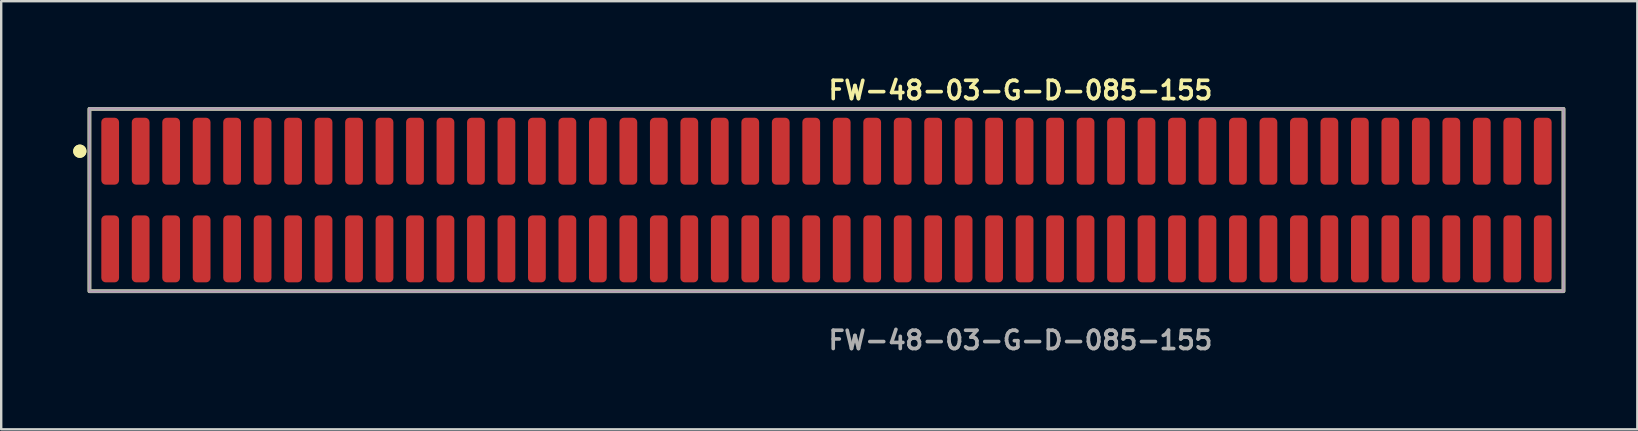
<source format=kicad_pcb>
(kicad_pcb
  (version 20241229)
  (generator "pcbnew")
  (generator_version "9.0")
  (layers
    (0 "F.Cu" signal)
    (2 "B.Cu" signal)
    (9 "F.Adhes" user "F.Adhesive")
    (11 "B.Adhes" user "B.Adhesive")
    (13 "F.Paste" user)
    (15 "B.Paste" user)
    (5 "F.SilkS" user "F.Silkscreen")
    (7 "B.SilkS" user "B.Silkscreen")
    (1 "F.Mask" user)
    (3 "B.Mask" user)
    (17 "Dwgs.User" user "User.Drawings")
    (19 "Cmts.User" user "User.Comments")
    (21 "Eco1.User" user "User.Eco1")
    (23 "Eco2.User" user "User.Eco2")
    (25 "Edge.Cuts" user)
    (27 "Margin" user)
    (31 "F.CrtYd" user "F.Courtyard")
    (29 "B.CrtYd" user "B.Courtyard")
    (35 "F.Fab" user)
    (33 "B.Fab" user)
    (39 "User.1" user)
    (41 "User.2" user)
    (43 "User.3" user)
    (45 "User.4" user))
  (footprint "FW-48-03-G-D-085-155"
    (layer "F.Cu")
    (at 31.386 5.285)
    (property "Reference" "FW-48-03-G-D-085-155" (at 0 -4.572 0) (unlocked yes) (layer "F.SilkS") (effects (font (size 0.762 0.762) (thickness 0.152)) (justify left)))
    (fp_rect (start -30.71 3.8) (end 30.71 -3.8) (stroke (width 0.152) (type solid)) (fill no) (layer "F.SilkS"))
    (fp_circle (center -31.11 -2.035) (end -31.31 -2.035) (stroke (width 0.152) (type solid)) (fill yes) (layer "F.SilkS"))
    (fp_circle (center -31.11 -2.035) (end -31.31 -2.035) (stroke (width 0.152) (type solid)) (fill yes) (layer "F.SilkS"))
    (fp_rect (start -30.71 3.8) (end 30.71 -3.8) (stroke (width 0.006) (type solid)) (fill no) (layer "F.CrtYd"))
    (fp_rect (start -30.71 3.8) (end 30.71 -3.8) (stroke (width 0.152) (type solid)) (fill no) (layer "F.Fab"))
    (fp_text user "${REFERENCE}" (at 0 5.842 0) (unlocked yes) (layer "F.Fab") (effects (font (size 0.762 0.762) (thickness 0.152)) (justify left)))
    (pad "1" smd roundrect (at -29.845 -2.035) (size 0.74 2.79) (layers "F.Cu" "F.Paste") (roundrect_rratio 0.25))
    (pad "2" smd roundrect (at -29.845 2.035) (size 0.74 2.79) (layers "F.Cu" "F.Paste") (roundrect_rratio 0.25))
    (pad "3" smd roundrect (at -28.575 -2.035) (size 0.74 2.79) (layers "F.Cu" "F.Paste") (roundrect_rratio 0.25))
    (pad "4" smd roundrect (at -28.575 2.035) (size 0.74 2.79) (layers "F.Cu" "F.Paste") (roundrect_rratio 0.25))
    (pad "5" smd roundrect (at -27.305 -2.035) (size 0.74 2.79) (layers "F.Cu" "F.Paste") (roundrect_rratio 0.25))
    (pad "6" smd roundrect (at -27.305 2.035) (size 0.74 2.79) (layers "F.Cu" "F.Paste") (roundrect_rratio 0.25))
    (pad "7" smd roundrect (at -26.035 -2.035) (size 0.74 2.79) (layers "F.Cu" "F.Paste") (roundrect_rratio 0.25))
    (pad "8" smd roundrect (at -26.035 2.035) (size 0.74 2.79) (layers "F.Cu" "F.Paste") (roundrect_rratio 0.25))
    (pad "9" smd roundrect (at -24.765 -2.035) (size 0.74 2.79) (layers "F.Cu" "F.Paste") (roundrect_rratio 0.25))
    (pad "10" smd roundrect (at -24.765 2.035) (size 0.74 2.79) (layers "F.Cu" "F.Paste") (roundrect_rratio 0.25))
    (pad "11" smd roundrect (at -23.495 -2.035) (size 0.74 2.79) (layers "F.Cu" "F.Paste") (roundrect_rratio 0.25))
    (pad "12" smd roundrect (at -23.495 2.035) (size 0.74 2.79) (layers "F.Cu" "F.Paste") (roundrect_rratio 0.25))
    (pad "13" smd roundrect (at -22.225 -2.035) (size 0.74 2.79) (layers "F.Cu" "F.Paste") (roundrect_rratio 0.25))
    (pad "14" smd roundrect (at -22.225 2.035) (size 0.74 2.79) (layers "F.Cu" "F.Paste") (roundrect_rratio 0.25))
    (pad "15" smd roundrect (at -20.955 -2.035) (size 0.74 2.79) (layers "F.Cu" "F.Paste") (roundrect_rratio 0.25))
    (pad "16" smd roundrect (at -20.955 2.035) (size 0.74 2.79) (layers "F.Cu" "F.Paste") (roundrect_rratio 0.25))
    (pad "17" smd roundrect (at -19.685 -2.035) (size 0.74 2.79) (layers "F.Cu" "F.Paste") (roundrect_rratio 0.25))
    (pad "18" smd roundrect (at -19.685 2.035) (size 0.74 2.79) (layers "F.Cu" "F.Paste") (roundrect_rratio 0.25))
    (pad "19" smd roundrect (at -18.415 -2.035) (size 0.74 2.79) (layers "F.Cu" "F.Paste") (roundrect_rratio 0.25))
    (pad "20" smd roundrect (at -18.415 2.035) (size 0.74 2.79) (layers "F.Cu" "F.Paste") (roundrect_rratio 0.25))
    (pad "21" smd roundrect (at -17.145 -2.035) (size 0.74 2.79) (layers "F.Cu" "F.Paste") (roundrect_rratio 0.25))
    (pad "22" smd roundrect (at -17.145 2.035) (size 0.74 2.79) (layers "F.Cu" "F.Paste") (roundrect_rratio 0.25))
    (pad "23" smd roundrect (at -15.875 -2.035) (size 0.74 2.79) (layers "F.Cu" "F.Paste") (roundrect_rratio 0.25))
    (pad "24" smd roundrect (at -15.875 2.035) (size 0.74 2.79) (layers "F.Cu" "F.Paste") (roundrect_rratio 0.25))
    (pad "25" smd roundrect (at -14.605 -2.035) (size 0.74 2.79) (layers "F.Cu" "F.Paste") (roundrect_rratio 0.25))
    (pad "26" smd roundrect (at -14.605 2.035) (size 0.74 2.79) (layers "F.Cu" "F.Paste") (roundrect_rratio 0.25))
    (pad "27" smd roundrect (at -13.335 -2.035) (size 0.74 2.79) (layers "F.Cu" "F.Paste") (roundrect_rratio 0.25))
    (pad "28" smd roundrect (at -13.335 2.035) (size 0.74 2.79) (layers "F.Cu" "F.Paste") (roundrect_rratio 0.25))
    (pad "29" smd roundrect (at -12.065 -2.035) (size 0.74 2.79) (layers "F.Cu" "F.Paste") (roundrect_rratio 0.25))
    (pad "30" smd roundrect (at -12.065 2.035) (size 0.74 2.79) (layers "F.Cu" "F.Paste") (roundrect_rratio 0.25))
    (pad "31" smd roundrect (at -10.795 -2.035) (size 0.74 2.79) (layers "F.Cu" "F.Paste") (roundrect_rratio 0.25))
    (pad "32" smd roundrect (at -10.795 2.035) (size 0.74 2.79) (layers "F.Cu" "F.Paste") (roundrect_rratio 0.25))
    (pad "33" smd roundrect (at -9.525 -2.035) (size 0.74 2.79) (layers "F.Cu" "F.Paste") (roundrect_rratio 0.25))
    (pad "34" smd roundrect (at -9.525 2.035) (size 0.74 2.79) (layers "F.Cu" "F.Paste") (roundrect_rratio 0.25))
    (pad "35" smd roundrect (at -8.255 -2.035) (size 0.74 2.79) (layers "F.Cu" "F.Paste") (roundrect_rratio 0.25))
    (pad "36" smd roundrect (at -8.255 2.035) (size 0.74 2.79) (layers "F.Cu" "F.Paste") (roundrect_rratio 0.25))
    (pad "37" smd roundrect (at -6.985 -2.035) (size 0.74 2.79) (layers "F.Cu" "F.Paste") (roundrect_rratio 0.25))
    (pad "38" smd roundrect (at -6.985 2.035) (size 0.74 2.79) (layers "F.Cu" "F.Paste") (roundrect_rratio 0.25))
    (pad "39" smd roundrect (at -5.715 -2.035) (size 0.74 2.79) (layers "F.Cu" "F.Paste") (roundrect_rratio 0.25))
    (pad "40" smd roundrect (at -5.715 2.035) (size 0.74 2.79) (layers "F.Cu" "F.Paste") (roundrect_rratio 0.25))
    (pad "41" smd roundrect (at -4.445 -2.035) (size 0.74 2.79) (layers "F.Cu" "F.Paste") (roundrect_rratio 0.25))
    (pad "42" smd roundrect (at -4.445 2.035) (size 0.74 2.79) (layers "F.Cu" "F.Paste") (roundrect_rratio 0.25))
    (pad "43" smd roundrect (at -3.175 -2.035) (size 0.74 2.79) (layers "F.Cu" "F.Paste") (roundrect_rratio 0.25))
    (pad "44" smd roundrect (at -3.175 2.035) (size 0.74 2.79) (layers "F.Cu" "F.Paste") (roundrect_rratio 0.25))
    (pad "45" smd roundrect (at -1.905 -2.035) (size 0.74 2.79) (layers "F.Cu" "F.Paste") (roundrect_rratio 0.25))
    (pad "46" smd roundrect (at -1.905 2.035) (size 0.74 2.79) (layers "F.Cu" "F.Paste") (roundrect_rratio 0.25))
    (pad "47" smd roundrect (at -0.635 -2.035) (size 0.74 2.79) (layers "F.Cu" "F.Paste") (roundrect_rratio 0.25))
    (pad "48" smd roundrect (at -0.635 2.035) (size 0.74 2.79) (layers "F.Cu" "F.Paste") (roundrect_rratio 0.25))
    (pad "49" smd roundrect (at 0.635 -2.035) (size 0.74 2.79) (layers "F.Cu" "F.Paste") (roundrect_rratio 0.25))
    (pad "50" smd roundrect (at 0.635 2.035) (size 0.74 2.79) (layers "F.Cu" "F.Paste") (roundrect_rratio 0.25))
    (pad "51" smd roundrect (at 1.905 -2.035) (size 0.74 2.79) (layers "F.Cu" "F.Paste") (roundrect_rratio 0.25))
    (pad "52" smd roundrect (at 1.905 2.035) (size 0.74 2.79) (layers "F.Cu" "F.Paste") (roundrect_rratio 0.25))
    (pad "53" smd roundrect (at 3.175 -2.035) (size 0.74 2.79) (layers "F.Cu" "F.Paste") (roundrect_rratio 0.25))
    (pad "54" smd roundrect (at 3.175 2.035) (size 0.74 2.79) (layers "F.Cu" "F.Paste") (roundrect_rratio 0.25))
    (pad "55" smd roundrect (at 4.445 -2.035) (size 0.74 2.79) (layers "F.Cu" "F.Paste") (roundrect_rratio 0.25))
    (pad "56" smd roundrect (at 4.445 2.035) (size 0.74 2.79) (layers "F.Cu" "F.Paste") (roundrect_rratio 0.25))
    (pad "57" smd roundrect (at 5.715 -2.035) (size 0.74 2.79) (layers "F.Cu" "F.Paste") (roundrect_rratio 0.25))
    (pad "58" smd roundrect (at 5.715 2.035) (size 0.74 2.79) (layers "F.Cu" "F.Paste") (roundrect_rratio 0.25))
    (pad "59" smd roundrect (at 6.985 -2.035) (size 0.74 2.79) (layers "F.Cu" "F.Paste") (roundrect_rratio 0.25))
    (pad "60" smd roundrect (at 6.985 2.035) (size 0.74 2.79) (layers "F.Cu" "F.Paste") (roundrect_rratio 0.25))
    (pad "61" smd roundrect (at 8.255 -2.035) (size 0.74 2.79) (layers "F.Cu" "F.Paste") (roundrect_rratio 0.25))
    (pad "62" smd roundrect (at 8.255 2.035) (size 0.74 2.79) (layers "F.Cu" "F.Paste") (roundrect_rratio 0.25))
    (pad "63" smd roundrect (at 9.525 -2.035) (size 0.74 2.79) (layers "F.Cu" "F.Paste") (roundrect_rratio 0.25))
    (pad "64" smd roundrect (at 9.525 2.035) (size 0.74 2.79) (layers "F.Cu" "F.Paste") (roundrect_rratio 0.25))
    (pad "65" smd roundrect (at 10.795 -2.035) (size 0.74 2.79) (layers "F.Cu" "F.Paste") (roundrect_rratio 0.25))
    (pad "66" smd roundrect (at 10.795 2.035) (size 0.74 2.79) (layers "F.Cu" "F.Paste") (roundrect_rratio 0.25))
    (pad "67" smd roundrect (at 12.065 -2.035) (size 0.74 2.79) (layers "F.Cu" "F.Paste") (roundrect_rratio 0.25))
    (pad "68" smd roundrect (at 12.065 2.035) (size 0.74 2.79) (layers "F.Cu" "F.Paste") (roundrect_rratio 0.25))
    (pad "69" smd roundrect (at 13.335 -2.035) (size 0.74 2.79) (layers "F.Cu" "F.Paste") (roundrect_rratio 0.25))
    (pad "70" smd roundrect (at 13.335 2.035) (size 0.74 2.79) (layers "F.Cu" "F.Paste") (roundrect_rratio 0.25))
    (pad "71" smd roundrect (at 14.605 -2.035) (size 0.74 2.79) (layers "F.Cu" "F.Paste") (roundrect_rratio 0.25))
    (pad "72" smd roundrect (at 14.605 2.035) (size 0.74 2.79) (layers "F.Cu" "F.Paste") (roundrect_rratio 0.25))
    (pad "73" smd roundrect (at 15.875 -2.035) (size 0.74 2.79) (layers "F.Cu" "F.Paste") (roundrect_rratio 0.25))
    (pad "74" smd roundrect (at 15.875 2.035) (size 0.74 2.79) (layers "F.Cu" "F.Paste") (roundrect_rratio 0.25))
    (pad "75" smd roundrect (at 17.145 -2.035) (size 0.74 2.79) (layers "F.Cu" "F.Paste") (roundrect_rratio 0.25))
    (pad "76" smd roundrect (at 17.145 2.035) (size 0.74 2.79) (layers "F.Cu" "F.Paste") (roundrect_rratio 0.25))
    (pad "77" smd roundrect (at 18.415 -2.035) (size 0.74 2.79) (layers "F.Cu" "F.Paste") (roundrect_rratio 0.25))
    (pad "78" smd roundrect (at 18.415 2.035) (size 0.74 2.79) (layers "F.Cu" "F.Paste") (roundrect_rratio 0.25))
    (pad "79" smd roundrect (at 19.685 -2.035) (size 0.74 2.79) (layers "F.Cu" "F.Paste") (roundrect_rratio 0.25))
    (pad "80" smd roundrect (at 19.685 2.035) (size 0.74 2.79) (layers "F.Cu" "F.Paste") (roundrect_rratio 0.25))
    (pad "81" smd roundrect (at 20.955 -2.035) (size 0.74 2.79) (layers "F.Cu" "F.Paste") (roundrect_rratio 0.25))
    (pad "82" smd roundrect (at 20.955 2.035) (size 0.74 2.79) (layers "F.Cu" "F.Paste") (roundrect_rratio 0.25))
    (pad "83" smd roundrect (at 22.225 -2.035) (size 0.74 2.79) (layers "F.Cu" "F.Paste") (roundrect_rratio 0.25))
    (pad "84" smd roundrect (at 22.225 2.035) (size 0.74 2.79) (layers "F.Cu" "F.Paste") (roundrect_rratio 0.25))
    (pad "85" smd roundrect (at 23.495 -2.035) (size 0.74 2.79) (layers "F.Cu" "F.Paste") (roundrect_rratio 0.25))
    (pad "86" smd roundrect (at 23.495 2.035) (size 0.74 2.79) (layers "F.Cu" "F.Paste") (roundrect_rratio 0.25))
    (pad "87" smd roundrect (at 24.765 -2.035) (size 0.74 2.79) (layers "F.Cu" "F.Paste") (roundrect_rratio 0.25))
    (pad "88" smd roundrect (at 24.765 2.035) (size 0.74 2.79) (layers "F.Cu" "F.Paste") (roundrect_rratio 0.25))
    (pad "89" smd roundrect (at 26.035 -2.035) (size 0.74 2.79) (layers "F.Cu" "F.Paste") (roundrect_rratio 0.25))
    (pad "90" smd roundrect (at 26.035 2.035) (size 0.74 2.79) (layers "F.Cu" "F.Paste") (roundrect_rratio 0.25))
    (pad "91" smd roundrect (at 27.305 -2.035) (size 0.74 2.79) (layers "F.Cu" "F.Paste") (roundrect_rratio 0.25))
    (pad "92" smd roundrect (at 27.305 2.035) (size 0.74 2.79) (layers "F.Cu" "F.Paste") (roundrect_rratio 0.25))
    (pad "93" smd roundrect (at 28.575 -2.035) (size 0.74 2.79) (layers "F.Cu" "F.Paste") (roundrect_rratio 0.25))
    (pad "94" smd roundrect (at 28.575 2.035) (size 0.74 2.79) (layers "F.Cu" "F.Paste") (roundrect_rratio 0.25))
    (pad "95" smd roundrect (at 29.845 -2.035) (size 0.74 2.79) (layers "F.Cu" "F.Paste") (roundrect_rratio 0.25))
    (pad "96" smd roundrect (at 29.845 2.035) (size 0.74 2.79) (layers "F.Cu" "F.Paste") (roundrect_rratio 0.25)))
  (gr_rect
    (start -3 -3)
    (end 65.172 14.84)
    (stroke (width 0.1) (type default))
    (fill no)
    (layer "Edge.Cuts")))
</source>
